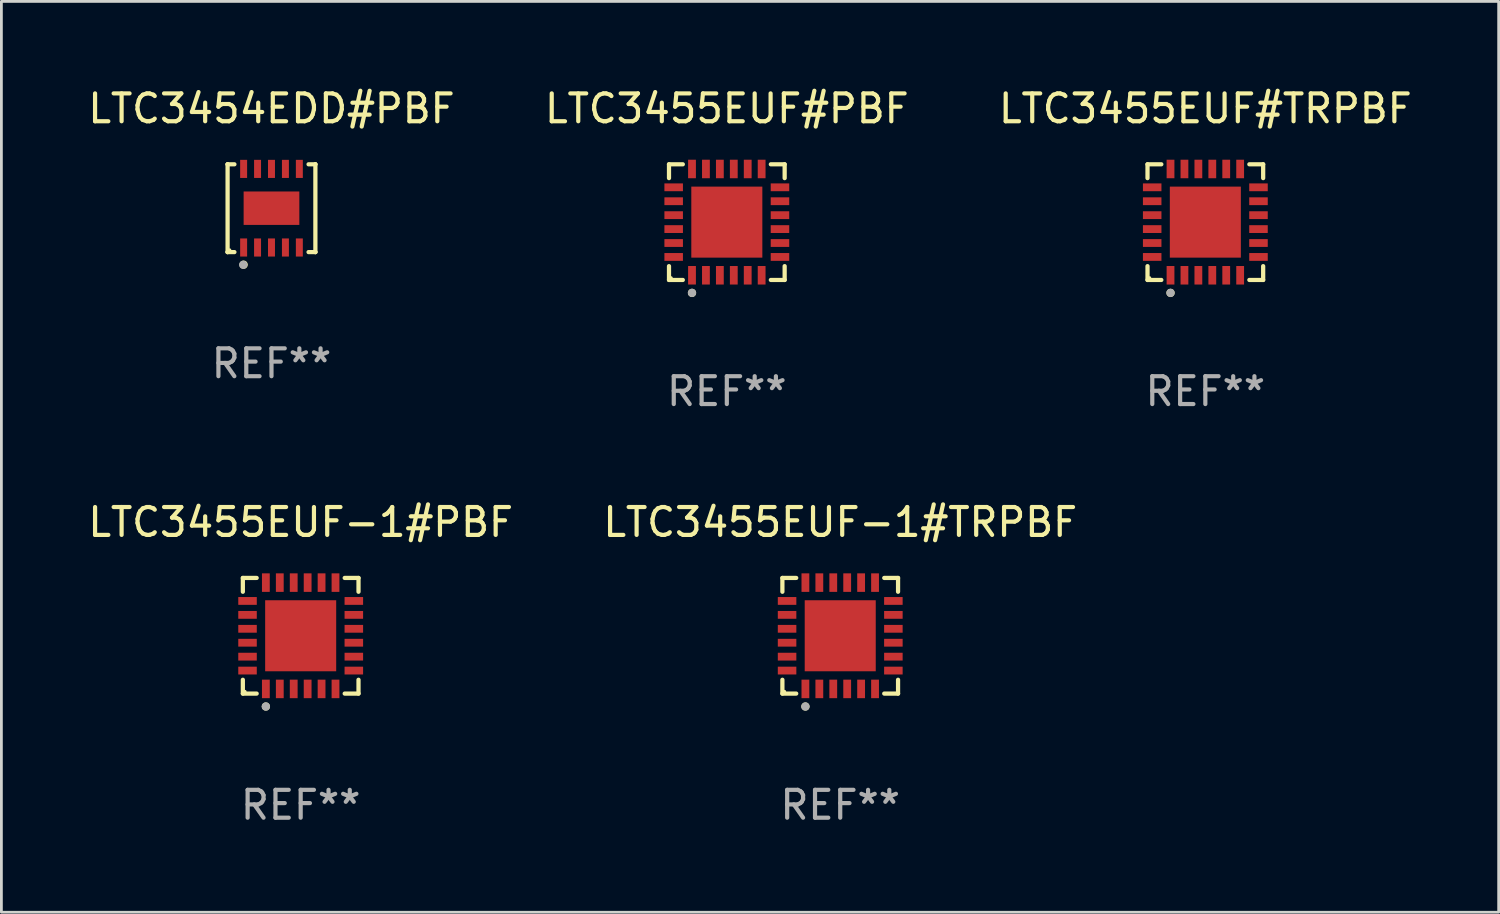
<source format=kicad_pcb>
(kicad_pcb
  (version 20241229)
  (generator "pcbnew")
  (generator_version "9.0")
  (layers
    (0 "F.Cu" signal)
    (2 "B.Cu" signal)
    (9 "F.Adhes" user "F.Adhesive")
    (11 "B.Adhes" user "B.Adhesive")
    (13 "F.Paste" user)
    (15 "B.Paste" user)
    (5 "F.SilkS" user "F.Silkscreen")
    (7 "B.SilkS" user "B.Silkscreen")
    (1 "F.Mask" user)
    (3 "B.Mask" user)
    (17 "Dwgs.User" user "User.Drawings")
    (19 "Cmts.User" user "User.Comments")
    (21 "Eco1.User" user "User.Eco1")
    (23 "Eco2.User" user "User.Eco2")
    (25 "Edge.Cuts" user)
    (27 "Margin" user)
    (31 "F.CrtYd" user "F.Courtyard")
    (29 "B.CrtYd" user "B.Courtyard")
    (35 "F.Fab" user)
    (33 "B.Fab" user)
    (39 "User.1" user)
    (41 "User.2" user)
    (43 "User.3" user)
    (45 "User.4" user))
  (footprint "LTC3455EUF#PBF"
    (layer "F.Cu")
    (at 23.042 4.924)
    (property "Reference" "LTC3455EUF#PBF" (at 0 -4.076 0) (layer "F.SilkS") (effects (font (size 1 1) (thickness 0.15))))
    (attr through_hole)
    (fp_line (start -2.076 -2.076) (end -1.58 -2.076) (stroke (width 0.152) (type solid)) (layer "F.SilkS"))
    (fp_line (start -2.076 -1.58) (end -2.076 -2.076) (stroke (width 0.152) (type solid)) (layer "F.SilkS"))
    (fp_line (start -2.076 1.58) (end -2.076 2.076) (stroke (width 0.152) (type solid)) (layer "F.SilkS"))
    (fp_line (start -2.076 2.076) (end -1.58 2.076) (stroke (width 0.152) (type solid)) (layer "F.SilkS"))
    (fp_line (start 2.076 -2.076) (end 1.58 -2.076) (stroke (width 0.152) (type solid)) (layer "F.SilkS"))
    (fp_line (start 2.076 -1.58) (end 2.076 -2.076) (stroke (width 0.152) (type solid)) (layer "F.SilkS"))
    (fp_line (start 2.076 1.58) (end 2.076 2.076) (stroke (width 0.152) (type solid)) (layer "F.SilkS"))
    (fp_line (start 2.076 2.076) (end 1.58 2.076) (stroke (width 0.152) (type solid)) (layer "F.SilkS"))
    (fp_circle (center -2 2) (end -1.97 2) (stroke (width 0.06) (type solid)) (fill no) (layer "F.SilkS"))
    (fp_circle (center -1.25 2.54) (end -1.175 2.54) (stroke (width 0.15) (type solid)) (fill no) (layer "F.SilkS"))
    (fp_circle (center -1.25 2.54) (end -1.175 2.54) (stroke (width 0.15) (type solid)) (fill no) (layer "F.Fab"))
    (fp_text user "REF**" (at 0 6.076 0) (layer "F.Fab") (effects (font (size 1 1) (thickness 0.15))))
    (pad "1" smd rect (at -1.25 1.908) (size 0.28 0.665) (layers "F.Cu" "F.Mask" "F.Paste"))
    (pad "2" smd rect (at -0.75 1.908) (size 0.28 0.665) (layers "F.Cu" "F.Mask" "F.Paste"))
    (pad "3" smd rect (at -0.25 1.908) (size 0.28 0.665) (layers "F.Cu" "F.Mask" "F.Paste"))
    (pad "4" smd rect (at 0.25 1.908) (size 0.28 0.665) (layers "F.Cu" "F.Mask" "F.Paste"))
    (pad "5" smd rect (at 0.75 1.908) (size 0.28 0.665) (layers "F.Cu" "F.Mask" "F.Paste"))
    (pad "6" smd rect (at 1.25 1.908) (size 0.28 0.665) (layers "F.Cu" "F.Mask" "F.Paste"))
    (pad "7" smd rect (at 1.908 1.25) (size 0.665 0.28) (layers "F.Cu" "F.Mask" "F.Paste"))
    (pad "8" smd rect (at 1.908 0.75) (size 0.665 0.28) (layers "F.Cu" "F.Mask" "F.Paste"))
    (pad "9" smd rect (at 1.908 0.25) (size 0.665 0.28) (layers "F.Cu" "F.Mask" "F.Paste"))
    (pad "10" smd rect (at 1.908 -0.25) (size 0.665 0.28) (layers "F.Cu" "F.Mask" "F.Paste"))
    (pad "11" smd rect (at 1.908 -0.75) (size 0.665 0.28) (layers "F.Cu" "F.Mask" "F.Paste"))
    (pad "12" smd rect (at 1.908 -1.25) (size 0.665 0.28) (layers "F.Cu" "F.Mask" "F.Paste"))
    (pad "13" smd rect (at 1.25 -1.908) (size 0.28 0.665) (layers "F.Cu" "F.Mask" "F.Paste"))
    (pad "14" smd rect (at 0.75 -1.908) (size 0.28 0.665) (layers "F.Cu" "F.Mask" "F.Paste"))
    (pad "15" smd rect (at 0.25 -1.908) (size 0.28 0.665) (layers "F.Cu" "F.Mask" "F.Paste"))
    (pad "16" smd rect (at -0.25 -1.908) (size 0.28 0.665) (layers "F.Cu" "F.Mask" "F.Paste"))
    (pad "17" smd rect (at -0.75 -1.908) (size 0.28 0.665) (layers "F.Cu" "F.Mask" "F.Paste"))
    (pad "18" smd rect (at -1.25 -1.908) (size 0.28 0.665) (layers "F.Cu" "F.Mask" "F.Paste"))
    (pad "19" smd rect (at -1.908 -1.25) (size 0.665 0.28) (layers "F.Cu" "F.Mask" "F.Paste"))
    (pad "20" smd rect (at -1.908 -0.75) (size 0.665 0.28) (layers "F.Cu" "F.Mask" "F.Paste"))
    (pad "21" smd rect (at -1.908 -0.25) (size 0.665 0.28) (layers "F.Cu" "F.Mask" "F.Paste"))
    (pad "22" smd rect (at -1.908 0.25) (size 0.665 0.28) (layers "F.Cu" "F.Mask" "F.Paste"))
    (pad "23" smd rect (at -1.908 0.75) (size 0.665 0.28) (layers "F.Cu" "F.Mask" "F.Paste"))
    (pad "24" smd rect (at -1.908 1.25) (size 0.665 0.28) (layers "F.Cu" "F.Mask" "F.Paste"))
    (pad "25" smd rect (at 0 0) (size 2.55 2.55) (layers "F.Cu" "F.Mask" "F.Paste")))
  (footprint "LTC3455EUF#TRPBF"
    (layer "F.Cu")
    (at 40.22 4.924)
    (property "Reference" "LTC3455EUF#TRPBF" (at 0 -4.076 0) (layer "F.SilkS") (effects (font (size 1 1) (thickness 0.15))))
    (attr through_hole)
    (fp_line (start -2.076 -2.076) (end -1.58 -2.076) (stroke (width 0.152) (type solid)) (layer "F.SilkS"))
    (fp_line (start -2.076 -1.58) (end -2.076 -2.076) (stroke (width 0.152) (type solid)) (layer "F.SilkS"))
    (fp_line (start -2.076 1.58) (end -2.076 2.076) (stroke (width 0.152) (type solid)) (layer "F.SilkS"))
    (fp_line (start -2.076 2.076) (end -1.58 2.076) (stroke (width 0.152) (type solid)) (layer "F.SilkS"))
    (fp_line (start 2.076 -2.076) (end 1.58 -2.076) (stroke (width 0.152) (type solid)) (layer "F.SilkS"))
    (fp_line (start 2.076 -1.58) (end 2.076 -2.076) (stroke (width 0.152) (type solid)) (layer "F.SilkS"))
    (fp_line (start 2.076 1.58) (end 2.076 2.076) (stroke (width 0.152) (type solid)) (layer "F.SilkS"))
    (fp_line (start 2.076 2.076) (end 1.58 2.076) (stroke (width 0.152) (type solid)) (layer "F.SilkS"))
    (fp_circle (center -2 2) (end -1.97 2) (stroke (width 0.06) (type solid)) (fill no) (layer "F.SilkS"))
    (fp_circle (center -1.25 2.54) (end -1.175 2.54) (stroke (width 0.15) (type solid)) (fill no) (layer "F.SilkS"))
    (fp_circle (center -1.25 2.54) (end -1.175 2.54) (stroke (width 0.15) (type solid)) (fill no) (layer "F.Fab"))
    (fp_text user "REF**" (at 0 6.076 0) (layer "F.Fab") (effects (font (size 1 1) (thickness 0.15))))
    (pad "1" smd rect (at -1.25 1.908) (size 0.28 0.665) (layers "F.Cu" "F.Mask" "F.Paste"))
    (pad "2" smd rect (at -0.75 1.908) (size 0.28 0.665) (layers "F.Cu" "F.Mask" "F.Paste"))
    (pad "3" smd rect (at -0.25 1.908) (size 0.28 0.665) (layers "F.Cu" "F.Mask" "F.Paste"))
    (pad "4" smd rect (at 0.25 1.908) (size 0.28 0.665) (layers "F.Cu" "F.Mask" "F.Paste"))
    (pad "5" smd rect (at 0.75 1.908) (size 0.28 0.665) (layers "F.Cu" "F.Mask" "F.Paste"))
    (pad "6" smd rect (at 1.25 1.908) (size 0.28 0.665) (layers "F.Cu" "F.Mask" "F.Paste"))
    (pad "7" smd rect (at 1.908 1.25) (size 0.665 0.28) (layers "F.Cu" "F.Mask" "F.Paste"))
    (pad "8" smd rect (at 1.908 0.75) (size 0.665 0.28) (layers "F.Cu" "F.Mask" "F.Paste"))
    (pad "9" smd rect (at 1.908 0.25) (size 0.665 0.28) (layers "F.Cu" "F.Mask" "F.Paste"))
    (pad "10" smd rect (at 1.908 -0.25) (size 0.665 0.28) (layers "F.Cu" "F.Mask" "F.Paste"))
    (pad "11" smd rect (at 1.908 -0.75) (size 0.665 0.28) (layers "F.Cu" "F.Mask" "F.Paste"))
    (pad "12" smd rect (at 1.908 -1.25) (size 0.665 0.28) (layers "F.Cu" "F.Mask" "F.Paste"))
    (pad "13" smd rect (at 1.25 -1.908) (size 0.28 0.665) (layers "F.Cu" "F.Mask" "F.Paste"))
    (pad "14" smd rect (at 0.75 -1.908) (size 0.28 0.665) (layers "F.Cu" "F.Mask" "F.Paste"))
    (pad "15" smd rect (at 0.25 -1.908) (size 0.28 0.665) (layers "F.Cu" "F.Mask" "F.Paste"))
    (pad "16" smd rect (at -0.25 -1.908) (size 0.28 0.665) (layers "F.Cu" "F.Mask" "F.Paste"))
    (pad "17" smd rect (at -0.75 -1.908) (size 0.28 0.665) (layers "F.Cu" "F.Mask" "F.Paste"))
    (pad "18" smd rect (at -1.25 -1.908) (size 0.28 0.665) (layers "F.Cu" "F.Mask" "F.Paste"))
    (pad "19" smd rect (at -1.908 -1.25) (size 0.665 0.28) (layers "F.Cu" "F.Mask" "F.Paste"))
    (pad "20" smd rect (at -1.908 -0.75) (size 0.665 0.28) (layers "F.Cu" "F.Mask" "F.Paste"))
    (pad "21" smd rect (at -1.908 -0.25) (size 0.665 0.28) (layers "F.Cu" "F.Mask" "F.Paste"))
    (pad "22" smd rect (at -1.908 0.25) (size 0.665 0.28) (layers "F.Cu" "F.Mask" "F.Paste"))
    (pad "23" smd rect (at -1.908 0.75) (size 0.665 0.28) (layers "F.Cu" "F.Mask" "F.Paste"))
    (pad "24" smd rect (at -1.908 1.25) (size 0.665 0.28) (layers "F.Cu" "F.Mask" "F.Paste"))
    (pad "25" smd rect (at 0 0) (size 2.55 2.55) (layers "F.Cu" "F.Mask" "F.Paste")))
  (footprint "LTC3454EDD#PBF"
    (layer "F.Cu")
    (at 6.696 4.424)
    (property "Reference" "LTC3454EDD#PBF" (at 0 -3.576 0) (layer "F.SilkS") (effects (font (size 1 1) (thickness 0.15))))
    (attr through_hole)
    (fp_line (start -1.576 -1.576) (end -1.576 -1.576) (stroke (width 0.152) (type solid)) (layer "F.SilkS"))
    (fp_line (start -1.576 -1.576) (end -1.331 -1.576) (stroke (width 0.152) (type solid)) (layer "F.SilkS"))
    (fp_line (start -1.576 1.576) (end -1.576 -1.576) (stroke (width 0.152) (type solid)) (layer "F.SilkS"))
    (fp_line (start -1.576 1.576) (end -1.576 1.576) (stroke (width 0.152) (type solid)) (layer "F.SilkS"))
    (fp_line (start -1.331 1.576) (end -1.576 1.576) (stroke (width 0.152) (type solid)) (layer "F.SilkS"))
    (fp_line (start 1.331 1.576) (end 1.576 1.576) (stroke (width 0.152) (type solid)) (layer "F.SilkS"))
    (fp_line (start 1.576 -1.576) (end 1.331 -1.576) (stroke (width 0.152) (type solid)) (layer "F.SilkS"))
    (fp_line (start 1.576 -1.576) (end 1.576 -1.576) (stroke (width 0.152) (type solid)) (layer "F.SilkS"))
    (fp_line (start 1.576 1.576) (end 1.576 -1.576) (stroke (width 0.152) (type solid)) (layer "F.SilkS"))
    (fp_line (start 1.576 1.576) (end 1.576 1.576) (stroke (width 0.152) (type solid)) (layer "F.SilkS"))
    (fp_circle (center -1.5 1.5) (end -1.47 1.5) (stroke (width 0.06) (type solid)) (fill no) (layer "F.SilkS"))
    (fp_circle (center -1 2.028) (end -0.925 2.028) (stroke (width 0.15) (type solid)) (fill no) (layer "F.SilkS"))
    (fp_circle (center -1.016 2.032) (end -0.941 2.032) (stroke (width 0.15) (type solid)) (fill no) (layer "F.Fab"))
    (fp_text user "REF**" (at 0 5.576 0) (layer "F.Fab") (effects (font (size 1 1) (thickness 0.15))))
    (pad "1" smd rect (at -1 1.411) (size 0.25 0.65) (layers "F.Cu" "F.Mask" "F.Paste"))
    (pad "2" smd rect (at -0.5 1.411) (size 0.25 0.65) (layers "F.Cu" "F.Mask" "F.Paste"))
    (pad "3" smd rect (at 0 1.411) (size 0.25 0.65) (layers "F.Cu" "F.Mask" "F.Paste"))
    (pad "4" smd rect (at 0.5 1.411) (size 0.25 0.65) (layers "F.Cu" "F.Mask" "F.Paste"))
    (pad "5" smd rect (at 1 1.411) (size 0.25 0.65) (layers "F.Cu" "F.Mask" "F.Paste"))
    (pad "6" smd rect (at 1 -1.411) (size 0.25 0.65) (layers "F.Cu" "F.Mask" "F.Paste"))
    (pad "7" smd rect (at 0.5 -1.411) (size 0.25 0.65) (layers "F.Cu" "F.Mask" "F.Paste"))
    (pad "8" smd rect (at 0 -1.411) (size 0.25 0.65) (layers "F.Cu" "F.Mask" "F.Paste"))
    (pad "9" smd rect (at -0.5 -1.411) (size 0.25 0.65) (layers "F.Cu" "F.Mask" "F.Paste"))
    (pad "10" smd rect (at -1 -1.411) (size 0.25 0.65) (layers "F.Cu" "F.Mask" "F.Paste"))
    (pad "11" smd rect (at 0 0) (size 2 1.2) (layers "F.Cu" "F.Mask" "F.Paste")))
  (footprint "LTC3455EUF-1#PBF"
    (layer "F.Cu")
    (at 7.744 19.773)
    (property "Reference" "LTC3455EUF-1#PBF" (at 0 -4.076 0) (layer "F.SilkS") (effects (font (size 1 1) (thickness 0.15))))
    (attr through_hole)
    (fp_line (start -2.076 -2.076) (end -1.58 -2.076) (stroke (width 0.152) (type solid)) (layer "F.SilkS"))
    (fp_line (start -2.076 -1.58) (end -2.076 -2.076) (stroke (width 0.152) (type solid)) (layer "F.SilkS"))
    (fp_line (start -2.076 1.58) (end -2.076 2.076) (stroke (width 0.152) (type solid)) (layer "F.SilkS"))
    (fp_line (start -2.076 2.076) (end -1.58 2.076) (stroke (width 0.152) (type solid)) (layer "F.SilkS"))
    (fp_line (start 2.076 -2.076) (end 1.58 -2.076) (stroke (width 0.152) (type solid)) (layer "F.SilkS"))
    (fp_line (start 2.076 -1.58) (end 2.076 -2.076) (stroke (width 0.152) (type solid)) (layer "F.SilkS"))
    (fp_line (start 2.076 1.58) (end 2.076 2.076) (stroke (width 0.152) (type solid)) (layer "F.SilkS"))
    (fp_line (start 2.076 2.076) (end 1.58 2.076) (stroke (width 0.152) (type solid)) (layer "F.SilkS"))
    (fp_circle (center -2 2) (end -1.97 2) (stroke (width 0.06) (type solid)) (fill no) (layer "F.SilkS"))
    (fp_circle (center -1.25 2.54) (end -1.175 2.54) (stroke (width 0.15) (type solid)) (fill no) (layer "F.SilkS"))
    (fp_circle (center -1.25 2.54) (end -1.175 2.54) (stroke (width 0.15) (type solid)) (fill no) (layer "F.Fab"))
    (fp_text user "REF**" (at 0 6.076 0) (layer "F.Fab") (effects (font (size 1 1) (thickness 0.15))))
    (pad "1" smd rect (at -1.25 1.908) (size 0.28 0.665) (layers "F.Cu" "F.Mask" "F.Paste"))
    (pad "2" smd rect (at -0.75 1.908) (size 0.28 0.665) (layers "F.Cu" "F.Mask" "F.Paste"))
    (pad "3" smd rect (at -0.25 1.908) (size 0.28 0.665) (layers "F.Cu" "F.Mask" "F.Paste"))
    (pad "4" smd rect (at 0.25 1.908) (size 0.28 0.665) (layers "F.Cu" "F.Mask" "F.Paste"))
    (pad "5" smd rect (at 0.75 1.908) (size 0.28 0.665) (layers "F.Cu" "F.Mask" "F.Paste"))
    (pad "6" smd rect (at 1.25 1.908) (size 0.28 0.665) (layers "F.Cu" "F.Mask" "F.Paste"))
    (pad "7" smd rect (at 1.908 1.25) (size 0.665 0.28) (layers "F.Cu" "F.Mask" "F.Paste"))
    (pad "8" smd rect (at 1.908 0.75) (size 0.665 0.28) (layers "F.Cu" "F.Mask" "F.Paste"))
    (pad "9" smd rect (at 1.908 0.25) (size 0.665 0.28) (layers "F.Cu" "F.Mask" "F.Paste"))
    (pad "10" smd rect (at 1.908 -0.25) (size 0.665 0.28) (layers "F.Cu" "F.Mask" "F.Paste"))
    (pad "11" smd rect (at 1.908 -0.75) (size 0.665 0.28) (layers "F.Cu" "F.Mask" "F.Paste"))
    (pad "12" smd rect (at 1.908 -1.25) (size 0.665 0.28) (layers "F.Cu" "F.Mask" "F.Paste"))
    (pad "13" smd rect (at 1.25 -1.908) (size 0.28 0.665) (layers "F.Cu" "F.Mask" "F.Paste"))
    (pad "14" smd rect (at 0.75 -1.908) (size 0.28 0.665) (layers "F.Cu" "F.Mask" "F.Paste"))
    (pad "15" smd rect (at 0.25 -1.908) (size 0.28 0.665) (layers "F.Cu" "F.Mask" "F.Paste"))
    (pad "16" smd rect (at -0.25 -1.908) (size 0.28 0.665) (layers "F.Cu" "F.Mask" "F.Paste"))
    (pad "17" smd rect (at -0.75 -1.908) (size 0.28 0.665) (layers "F.Cu" "F.Mask" "F.Paste"))
    (pad "18" smd rect (at -1.25 -1.908) (size 0.28 0.665) (layers "F.Cu" "F.Mask" "F.Paste"))
    (pad "19" smd rect (at -1.908 -1.25) (size 0.665 0.28) (layers "F.Cu" "F.Mask" "F.Paste"))
    (pad "20" smd rect (at -1.908 -0.75) (size 0.665 0.28) (layers "F.Cu" "F.Mask" "F.Paste"))
    (pad "21" smd rect (at -1.908 -0.25) (size 0.665 0.28) (layers "F.Cu" "F.Mask" "F.Paste"))
    (pad "22" smd rect (at -1.908 0.25) (size 0.665 0.28) (layers "F.Cu" "F.Mask" "F.Paste"))
    (pad "23" smd rect (at -1.908 0.75) (size 0.665 0.28) (layers "F.Cu" "F.Mask" "F.Paste"))
    (pad "24" smd rect (at -1.908 1.25) (size 0.665 0.28) (layers "F.Cu" "F.Mask" "F.Paste"))
    (pad "25" smd rect (at 0 0) (size 2.55 2.55) (layers "F.Cu" "F.Mask" "F.Paste")))
  (footprint "LTC3455EUF-1#TRPBF"
    (layer "F.Cu")
    (at 27.113 19.773)
    (property "Reference" "LTC3455EUF-1#TRPBF" (at 0 -4.076 0) (layer "F.SilkS") (effects (font (size 1 1) (thickness 0.15))))
    (attr through_hole)
    (fp_line (start -2.076 -2.076) (end -1.58 -2.076) (stroke (width 0.152) (type solid)) (layer "F.SilkS"))
    (fp_line (start -2.076 -1.58) (end -2.076 -2.076) (stroke (width 0.152) (type solid)) (layer "F.SilkS"))
    (fp_line (start -2.076 1.58) (end -2.076 2.076) (stroke (width 0.152) (type solid)) (layer "F.SilkS"))
    (fp_line (start -2.076 2.076) (end -1.58 2.076) (stroke (width 0.152) (type solid)) (layer "F.SilkS"))
    (fp_line (start 2.076 -2.076) (end 1.58 -2.076) (stroke (width 0.152) (type solid)) (layer "F.SilkS"))
    (fp_line (start 2.076 -1.58) (end 2.076 -2.076) (stroke (width 0.152) (type solid)) (layer "F.SilkS"))
    (fp_line (start 2.076 1.58) (end 2.076 2.076) (stroke (width 0.152) (type solid)) (layer "F.SilkS"))
    (fp_line (start 2.076 2.076) (end 1.58 2.076) (stroke (width 0.152) (type solid)) (layer "F.SilkS"))
    (fp_circle (center -2 2) (end -1.97 2) (stroke (width 0.06) (type solid)) (fill no) (layer "F.SilkS"))
    (fp_circle (center -1.25 2.54) (end -1.175 2.54) (stroke (width 0.15) (type solid)) (fill no) (layer "F.SilkS"))
    (fp_circle (center -1.25 2.54) (end -1.175 2.54) (stroke (width 0.15) (type solid)) (fill no) (layer "F.Fab"))
    (fp_text user "REF**" (at 0 6.076 0) (layer "F.Fab") (effects (font (size 1 1) (thickness 0.15))))
    (pad "1" smd rect (at -1.25 1.908) (size 0.28 0.665) (layers "F.Cu" "F.Mask" "F.Paste"))
    (pad "2" smd rect (at -0.75 1.908) (size 0.28 0.665) (layers "F.Cu" "F.Mask" "F.Paste"))
    (pad "3" smd rect (at -0.25 1.908) (size 0.28 0.665) (layers "F.Cu" "F.Mask" "F.Paste"))
    (pad "4" smd rect (at 0.25 1.908) (size 0.28 0.665) (layers "F.Cu" "F.Mask" "F.Paste"))
    (pad "5" smd rect (at 0.75 1.908) (size 0.28 0.665) (layers "F.Cu" "F.Mask" "F.Paste"))
    (pad "6" smd rect (at 1.25 1.908) (size 0.28 0.665) (layers "F.Cu" "F.Mask" "F.Paste"))
    (pad "7" smd rect (at 1.908 1.25) (size 0.665 0.28) (layers "F.Cu" "F.Mask" "F.Paste"))
    (pad "8" smd rect (at 1.908 0.75) (size 0.665 0.28) (layers "F.Cu" "F.Mask" "F.Paste"))
    (pad "9" smd rect (at 1.908 0.25) (size 0.665 0.28) (layers "F.Cu" "F.Mask" "F.Paste"))
    (pad "10" smd rect (at 1.908 -0.25) (size 0.665 0.28) (layers "F.Cu" "F.Mask" "F.Paste"))
    (pad "11" smd rect (at 1.908 -0.75) (size 0.665 0.28) (layers "F.Cu" "F.Mask" "F.Paste"))
    (pad "12" smd rect (at 1.908 -1.25) (size 0.665 0.28) (layers "F.Cu" "F.Mask" "F.Paste"))
    (pad "13" smd rect (at 1.25 -1.908) (size 0.28 0.665) (layers "F.Cu" "F.Mask" "F.Paste"))
    (pad "14" smd rect (at 0.75 -1.908) (size 0.28 0.665) (layers "F.Cu" "F.Mask" "F.Paste"))
    (pad "15" smd rect (at 0.25 -1.908) (size 0.28 0.665) (layers "F.Cu" "F.Mask" "F.Paste"))
    (pad "16" smd rect (at -0.25 -1.908) (size 0.28 0.665) (layers "F.Cu" "F.Mask" "F.Paste"))
    (pad "17" smd rect (at -0.75 -1.908) (size 0.28 0.665) (layers "F.Cu" "F.Mask" "F.Paste"))
    (pad "18" smd rect (at -1.25 -1.908) (size 0.28 0.665) (layers "F.Cu" "F.Mask" "F.Paste"))
    (pad "19" smd rect (at -1.908 -1.25) (size 0.665 0.28) (layers "F.Cu" "F.Mask" "F.Paste"))
    (pad "20" smd rect (at -1.908 -0.75) (size 0.665 0.28) (layers "F.Cu" "F.Mask" "F.Paste"))
    (pad "21" smd rect (at -1.908 -0.25) (size 0.665 0.28) (layers "F.Cu" "F.Mask" "F.Paste"))
    (pad "22" smd rect (at -1.908 0.25) (size 0.665 0.28) (layers "F.Cu" "F.Mask" "F.Paste"))
    (pad "23" smd rect (at -1.908 0.75) (size 0.665 0.28) (layers "F.Cu" "F.Mask" "F.Paste"))
    (pad "24" smd rect (at -1.908 1.25) (size 0.665 0.28) (layers "F.Cu" "F.Mask" "F.Paste"))
    (pad "25" smd rect (at 0 0) (size 2.55 2.55) (layers "F.Cu" "F.Mask" "F.Paste")))
  (gr_rect
    (start -3 -3)
    (end 50.75 29.698)
    (stroke (width 0.1) (type default))
    (fill no)
    (layer "Edge.Cuts")))
</source>
